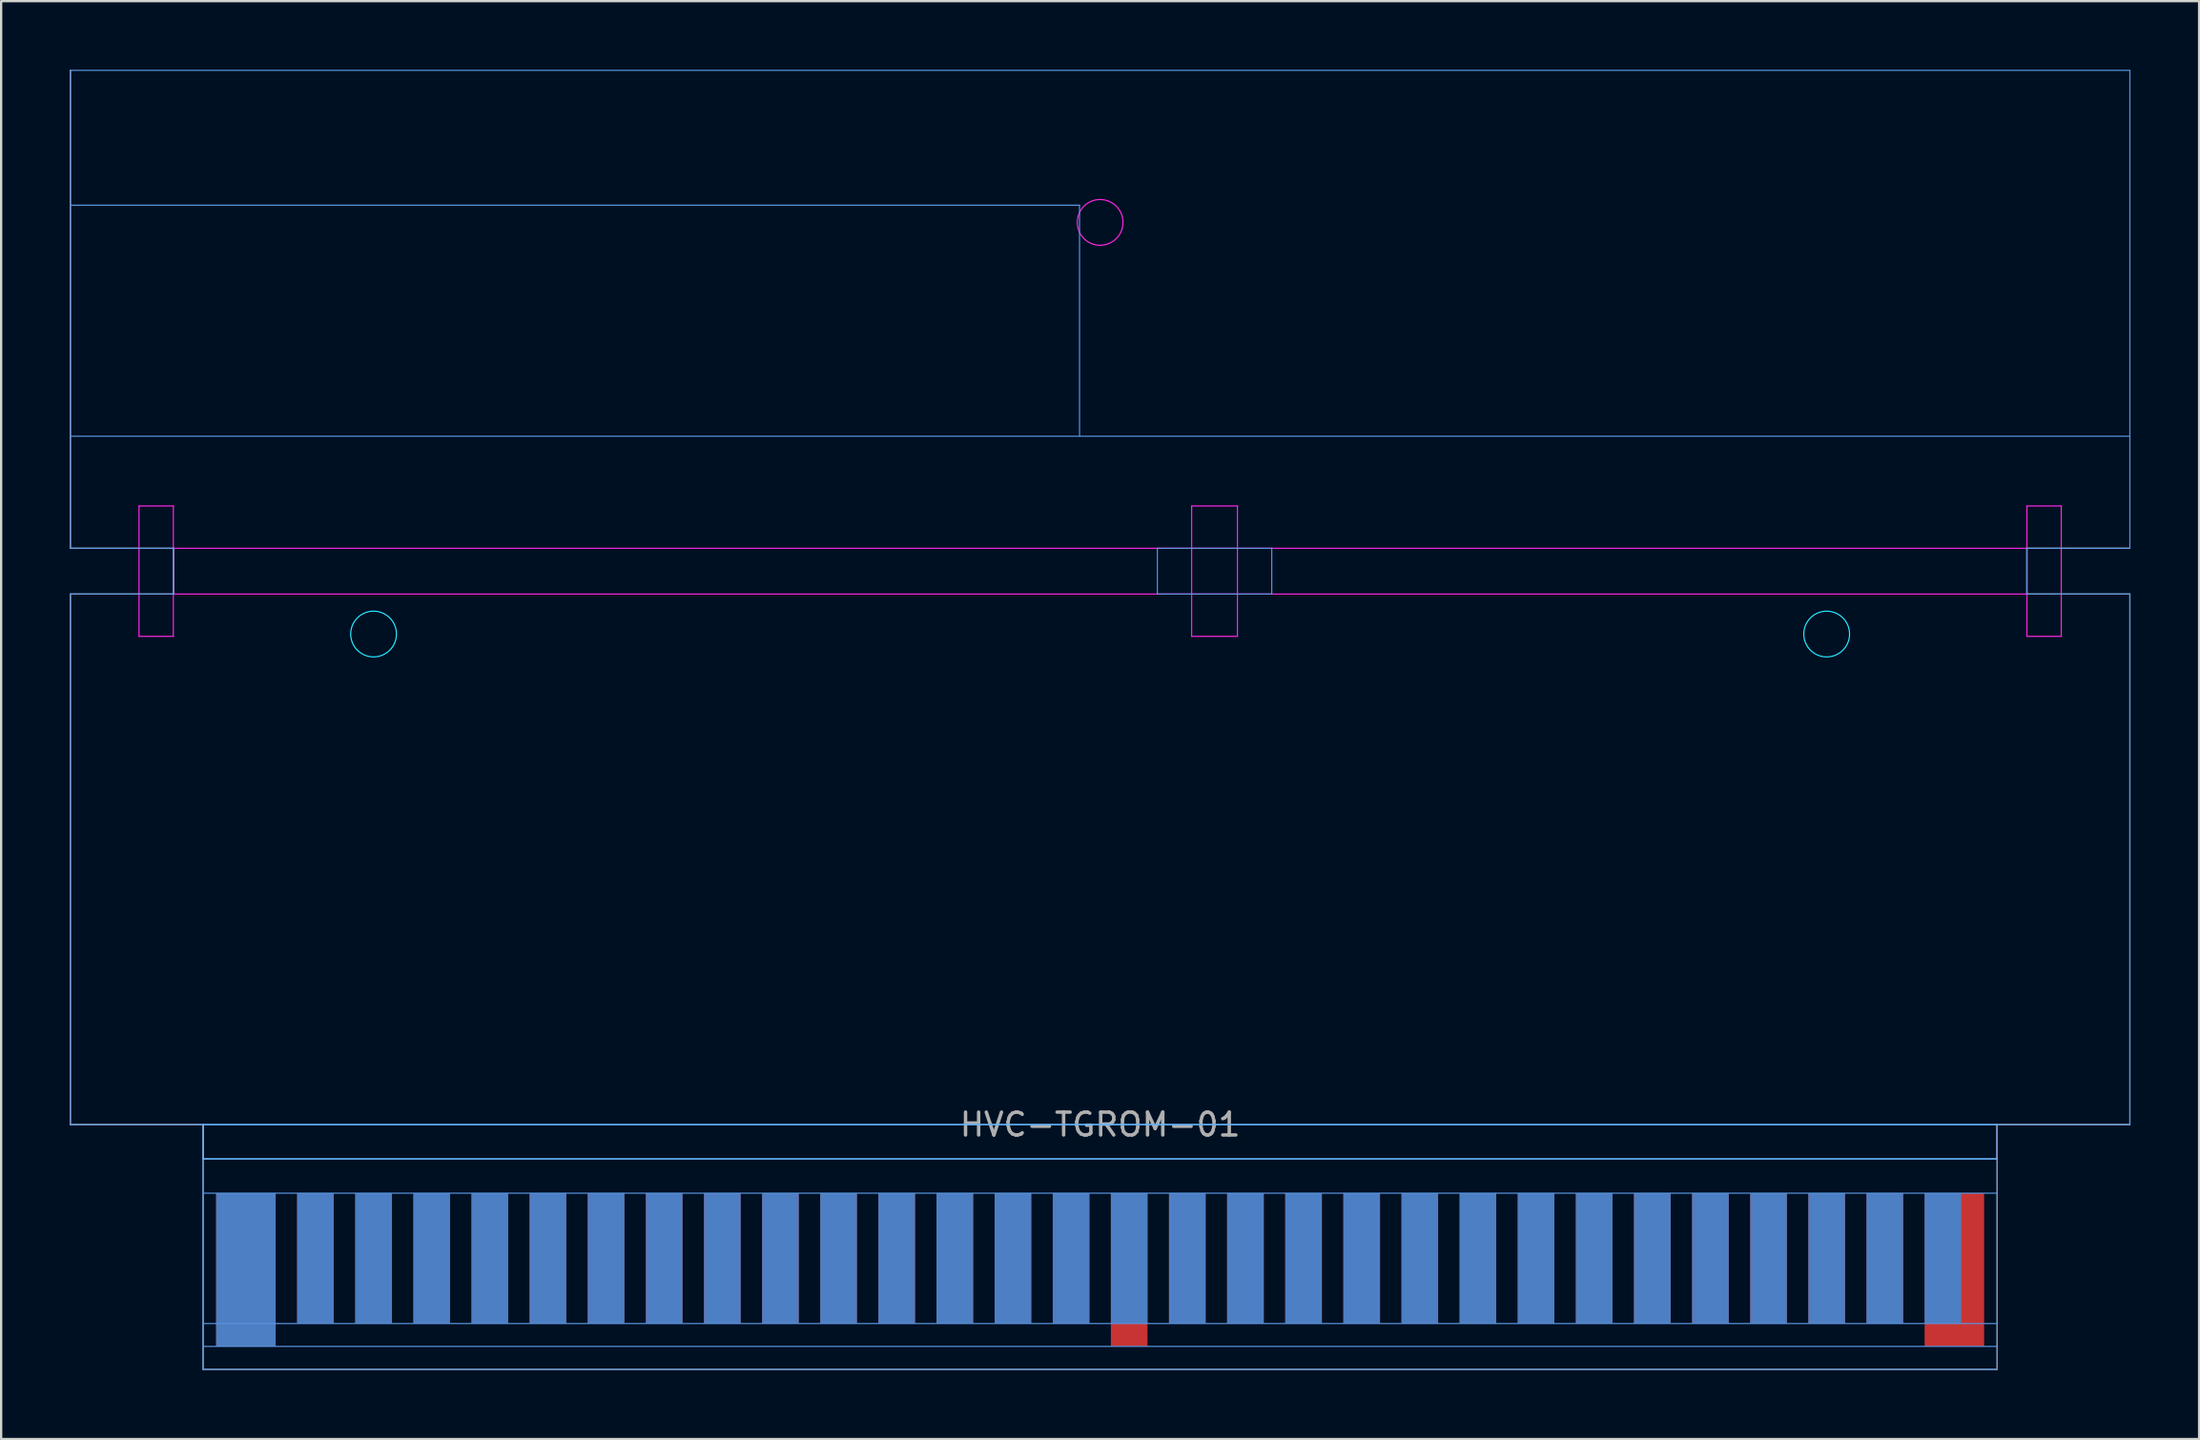
<source format=kicad_pcb>
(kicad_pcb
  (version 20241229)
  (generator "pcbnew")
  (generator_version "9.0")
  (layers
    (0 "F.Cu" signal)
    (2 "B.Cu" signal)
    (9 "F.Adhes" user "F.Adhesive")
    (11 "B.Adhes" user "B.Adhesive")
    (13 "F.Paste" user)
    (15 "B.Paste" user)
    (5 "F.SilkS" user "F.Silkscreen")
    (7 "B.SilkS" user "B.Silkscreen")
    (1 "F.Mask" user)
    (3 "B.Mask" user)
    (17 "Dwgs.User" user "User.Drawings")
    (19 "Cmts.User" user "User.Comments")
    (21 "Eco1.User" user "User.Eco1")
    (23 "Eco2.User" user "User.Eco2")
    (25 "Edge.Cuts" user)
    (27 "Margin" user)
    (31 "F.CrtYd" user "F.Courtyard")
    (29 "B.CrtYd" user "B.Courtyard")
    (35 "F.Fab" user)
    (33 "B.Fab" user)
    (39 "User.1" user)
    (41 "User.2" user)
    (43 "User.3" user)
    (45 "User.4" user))
  (footprint "HVC-TGROM-01"
    (layer "F.Cu")
    (at 45.025 46.125)
    (property "Reference" "HVC-TGROM-01" (at 0 0 0) (layer "F.Fab") (effects (font (size 1 1) (thickness 0.15))))
    (fp_poly (pts (xy 39.191 10.7) (xy -39.2 10.7) (xy -39.2 4) (xy 39.2 4)) (stroke (width 0.1) (type solid)) (fill yes) (layer "F.Mask"))
    (fp_poly (pts (xy 39.191 10.7) (xy -39.2 10.7) (xy -39.2 4) (xy 39.2 4)) (stroke (width 0.1) (type solid)) (fill yes) (layer "B.Mask"))
    (fp_line (start -45 -40.2) (end -0.9 -40.2) (stroke (width 0.05) (type solid)) (layer "Cmts.User"))
    (fp_line (start -45 -30.1) (end 45 -30.1) (stroke (width 0.05) (type solid)) (layer "Cmts.User"))
    (fp_line (start -45 -25.2) (end -45 -46.1) (stroke (width 0.05) (type solid)) (layer "Cmts.User"))
    (fp_line (start -45 -25.2) (end -40.5 -25.2) (stroke (width 0.05) (type solid)) (layer "Cmts.User"))
    (fp_line (start -45 -23.2) (end -40.5 -23.2) (stroke (width 0.05) (type solid)) (layer "Cmts.User"))
    (fp_line (start -45 0) (end -45 -23.2) (stroke (width 0.05) (type solid)) (layer "Cmts.User"))
    (fp_line (start -40.5 -23.2) (end -40.5 -25.2) (stroke (width 0.05) (type solid)) (layer "Cmts.User"))
    (fp_line (start -39.2 0) (end -45 0) (stroke (width 0.05) (type solid)) (layer "Cmts.User"))
    (fp_line (start -39.2 0) (end -39.2 10.7) (stroke (width 0.05) (type solid)) (layer "Cmts.User"))
    (fp_line (start -39.2 3) (end 39.2 3) (stroke (width 0.05) (type solid)) (layer "Cmts.User"))
    (fp_line (start -39.2 8.7) (end 39.2 8.7) (stroke (width 0.05) (type solid)) (layer "Cmts.User"))
    (fp_line (start -39.2 9.7) (end 39.2 9.7) (stroke (width 0.05) (type solid)) (layer "Cmts.User"))
    (fp_line (start -39.2 10.7) (end 39.2 10.7) (stroke (width 0.05) (type solid)) (layer "Cmts.User"))
    (fp_line (start -0.9 -40.2) (end -0.9 -30.1) (stroke (width 0.05) (type solid)) (layer "Cmts.User"))
    (fp_line (start 2.5 -23.2) (end 2.5 -25.2) (stroke (width 0.05) (type solid)) (layer "Cmts.User"))
    (fp_line (start 2.5 -23.2) (end 7.5 -23.2) (stroke (width 0.05) (type solid)) (layer "Cmts.User"))
    (fp_line (start 7.5 -25.2) (end 2.5 -25.2) (stroke (width 0.05) (type solid)) (layer "Cmts.User"))
    (fp_line (start 7.5 -23.2) (end 7.5 -25.2) (stroke (width 0.05) (type solid)) (layer "Cmts.User"))
    (fp_line (start 39.2 0) (end 39.2 10.7) (stroke (width 0.05) (type solid)) (layer "Cmts.User"))
    (fp_line (start 40.5 -25.2) (end 45 -25.2) (stroke (width 0.05) (type solid)) (layer "Cmts.User"))
    (fp_line (start 40.5 -23.2) (end 40.5 -25.2) (stroke (width 0.05) (type solid)) (layer "Cmts.User"))
    (fp_line (start 40.5 -23.2) (end 45 -23.2) (stroke (width 0.05) (type solid)) (layer "Cmts.User"))
    (fp_line (start 45 -46.1) (end -45 -46.1) (stroke (width 0.05) (type solid)) (layer "Cmts.User"))
    (fp_line (start 45 -25.2) (end 45 -46.1) (stroke (width 0.05) (type solid)) (layer "Cmts.User"))
    (fp_line (start 45 0) (end 39.2 0) (stroke (width 0.05) (type solid)) (layer "Cmts.User"))
    (fp_line (start 45 0) (end 45 -23.2) (stroke (width 0.05) (type solid)) (layer "Cmts.User"))
    (fp_line (start -45 -46.1) (end -45 -25.2) (stroke (width 0.05) (type solid)) (layer "Edge.Cuts"))
    (fp_line (start -45 -25.2) (end -40.5 -25.2) (stroke (width 0.05) (type solid)) (layer "Edge.Cuts"))
    (fp_line (start -45 -23.2) (end -45 0) (stroke (width 0.05) (type solid)) (layer "Edge.Cuts"))
    (fp_line (start -45 0) (end -39.2 0) (stroke (width 0.05) (type solid)) (layer "Edge.Cuts"))
    (fp_line (start -40.5 -25.2) (end -40.5 -23.2) (stroke (width 0.05) (type solid)) (layer "Edge.Cuts"))
    (fp_line (start -40.5 -23.2) (end -45 -23.2) (stroke (width 0.05) (type solid)) (layer "Edge.Cuts"))
    (fp_line (start -39.2 0) (end -39.2 10.7) (stroke (width 0.05) (type solid)) (layer "Edge.Cuts"))
    (fp_line (start -39.2 10.7) (end 39.2 10.7) (stroke (width 0.05) (type solid)) (layer "Edge.Cuts"))
    (fp_line (start 39.2 0) (end 45 0) (stroke (width 0.05) (type solid)) (layer "Edge.Cuts"))
    (fp_line (start 39.2 10.7) (end 39.2 0) (stroke (width 0.05) (type solid)) (layer "Edge.Cuts"))
    (fp_line (start 40.5 -25.2) (end 45 -25.2) (stroke (width 0.05) (type solid)) (layer "Edge.Cuts"))
    (fp_line (start 40.5 -23.2) (end 40.5 -25.2) (stroke (width 0.05) (type solid)) (layer "Edge.Cuts"))
    (fp_line (start 45 -23.2) (end 40.5 -23.2) (stroke (width 0.05) (type solid)) (layer "Edge.Cuts"))
    (fp_line (start 45 0) (end 45 -23.2) (stroke (width 0.05) (type solid)) (layer "Edge.Cuts"))
    (fp_line (start -39.2 0) (end 39.2 0) (stroke (width 0.05) (type solid)) (layer "B.CrtYd"))
    (fp_line (start -39.2 1.5) (end -39.2 0) (stroke (width 0.05) (type solid)) (layer "B.CrtYd"))
    (fp_line (start -39.2 1.5) (end 39.2 1.5) (stroke (width 0.05) (type solid)) (layer "B.CrtYd"))
    (fp_line (start 39.2 1.5) (end 39.2 0) (stroke (width 0.05) (type solid)) (layer "B.CrtYd"))
    (fp_circle (center -31.75 -21.45) (end -30.75 -21.45) (stroke (width 0.05) (type solid)) (fill no) (layer "B.CrtYd"))
    (fp_circle (center 31.75 -21.45) (end 32.75 -21.45) (stroke (width 0.05) (type solid)) (fill no) (layer "B.CrtYd"))
    (fp_line (start -42 -27.05) (end -42 -21.35) (stroke (width 0.05) (type solid)) (layer "F.CrtYd"))
    (fp_line (start -42 -21.35) (end -40.5 -21.35) (stroke (width 0.05) (type solid)) (layer "F.CrtYd"))
    (fp_line (start -40.5 -27.05) (end -42 -27.05) (stroke (width 0.05) (type solid)) (layer "F.CrtYd"))
    (fp_line (start -40.5 -27.05) (end -40.5 -21.35) (stroke (width 0.05) (type solid)) (layer "F.CrtYd"))
    (fp_line (start -40.5 -25.2) (end 40.5 -25.2) (stroke (width 0.05) (type solid)) (layer "F.CrtYd"))
    (fp_line (start -40.5 -23.2) (end -40.5 -25.2) (stroke (width 0.05) (type solid)) (layer "F.CrtYd"))
    (fp_line (start -39.2 0) (end -39.2 1.5) (stroke (width 0.05) (type solid)) (layer "F.CrtYd"))
    (fp_line (start -39.2 0) (end 39.2 0) (stroke (width 0.05) (type solid)) (layer "F.CrtYd"))
    (fp_line (start -39.2 1.5) (end 39.2 1.5) (stroke (width 0.05) (type solid)) (layer "F.CrtYd"))
    (fp_line (start 4 -27.05) (end 4 -21.35) (stroke (width 0.05) (type solid)) (layer "F.CrtYd"))
    (fp_line (start 4 -21.35) (end 6 -21.35) (stroke (width 0.05) (type solid)) (layer "F.CrtYd"))
    (fp_line (start 6 -27.05) (end 4 -27.05) (stroke (width 0.05) (type solid)) (layer "F.CrtYd"))
    (fp_line (start 6 -27.05) (end 6 -21.35) (stroke (width 0.05) (type solid)) (layer "F.CrtYd"))
    (fp_line (start 39.2 0) (end 39.2 1.5) (stroke (width 0.05) (type solid)) (layer "F.CrtYd"))
    (fp_line (start 40.5 -27.05) (end 40.5 -21.35) (stroke (width 0.05) (type solid)) (layer "F.CrtYd"))
    (fp_line (start 40.5 -27.05) (end 42 -27.05) (stroke (width 0.05) (type solid)) (layer "F.CrtYd"))
    (fp_line (start 40.5 -25.2) (end 40.5 -23.2) (stroke (width 0.05) (type solid)) (layer "F.CrtYd"))
    (fp_line (start 40.5 -23.2) (end -40.5 -23.2) (stroke (width 0.05) (type solid)) (layer "F.CrtYd"))
    (fp_line (start 42 -27.05) (end 42 -21.35) (stroke (width 0.05) (type solid)) (layer "F.CrtYd"))
    (fp_line (start 42 -21.35) (end 40.5 -21.35) (stroke (width 0.05) (type solid)) (layer "F.CrtYd"))
    (fp_circle (center 0 -39.45) (end 1 -39.45) (stroke (width 0.05) (type solid)) (fill no) (layer "F.CrtYd"))
    (pad "1" connect rect (at -37.33 6.35) (size 2.6 6.7) (layers "F.Cu"))
    (pad "2" connect rect (at -34.29 5.85) (size 1.6 5.7) (layers "F.Cu"))
    (pad "3" connect rect (at -31.75 5.85) (size 1.6 5.7) (layers "F.Cu"))
    (pad "4" connect rect (at -29.21 5.85) (size 1.6 5.7) (layers "F.Cu"))
    (pad "5" connect rect (at -26.67 5.85) (size 1.6 5.7) (layers "F.Cu"))
    (pad "6" connect rect (at -24.13 5.85) (size 1.6 5.7) (layers "F.Cu"))
    (pad "7" connect rect (at -21.59 5.85) (size 1.6 5.7) (layers "F.Cu"))
    (pad "8" connect rect (at -19.05 5.85) (size 1.6 5.7) (layers "F.Cu"))
    (pad "9" connect rect (at -16.51 5.85) (size 1.6 5.7) (layers "F.Cu"))
    (pad "10" connect rect (at -13.97 5.85) (size 1.6 5.7) (layers "F.Cu"))
    (pad "11" connect rect (at -11.43 5.85) (size 1.6 5.7) (layers "F.Cu"))
    (pad "12" connect rect (at -8.89 5.85) (size 1.6 5.7) (layers "F.Cu"))
    (pad "13" connect rect (at -6.35 5.85) (size 1.6 5.7) (layers "F.Cu"))
    (pad "14" connect rect (at -3.81 5.85) (size 1.6 5.7) (layers "F.Cu"))
    (pad "15" connect rect (at -1.27 5.85) (size 1.6 5.7) (layers "F.Cu"))
    (pad "16" connect rect (at 1.27 6.35) (size 1.6 6.7) (layers "F.Cu"))
    (pad "17" connect rect (at 3.81 5.85) (size 1.6 5.7) (layers "F.Cu"))
    (pad "18" connect rect (at 6.35 5.85) (size 1.6 5.7) (layers "F.Cu"))
    (pad "19" connect rect (at 8.89 5.85) (size 1.6 5.7) (layers "F.Cu"))
    (pad "20" connect rect (at 11.43 5.85) (size 1.6 5.7) (layers "F.Cu"))
    (pad "21" connect rect (at 13.97 5.85) (size 1.6 5.7) (layers "F.Cu"))
    (pad "22" connect rect (at 16.51 5.85) (size 1.6 5.7) (layers "F.Cu"))
    (pad "23" connect rect (at 19.05 5.85) (size 1.6 5.7) (layers "F.Cu"))
    (pad "24" connect rect (at 21.59 5.85) (size 1.6 5.7) (layers "F.Cu"))
    (pad "25" connect rect (at 24.13 5.85) (size 1.6 5.7) (layers "F.Cu"))
    (pad "26" connect rect (at 26.67 5.85) (size 1.6 5.7) (layers "F.Cu"))
    (pad "27" connect rect (at 29.21 5.85) (size 1.6 5.7) (layers "F.Cu"))
    (pad "28" connect rect (at 31.75 5.85) (size 1.6 5.7) (layers "F.Cu"))
    (pad "29" connect rect (at 34.29 5.85) (size 1.6 5.7) (layers "F.Cu"))
    (pad "30" connect rect (at 37.33 6.35) (size 2.6 6.7) (layers "F.Cu"))
    (pad "31" connect rect (at -37.33 6.35) (size 2.6 6.7) (layers "B.Cu"))
    (pad "32" connect rect (at -34.29 5.85) (size 1.6 5.7) (layers "B.Cu"))
    (pad "33" connect rect (at -31.75 5.85) (size 1.6 5.7) (layers "B.Cu"))
    (pad "34" connect rect (at -29.21 5.85) (size 1.6 5.7) (layers "B.Cu"))
    (pad "35" connect rect (at -26.67 5.85) (size 1.6 5.7) (layers "B.Cu"))
    (pad "36" connect rect (at -24.13 5.85) (size 1.6 5.7) (layers "B.Cu"))
    (pad "37" connect rect (at -21.59 5.85) (size 1.6 5.7) (layers "B.Cu"))
    (pad "38" connect rect (at -19.05 5.85) (size 1.6 5.7) (layers "B.Cu"))
    (pad "39" connect rect (at -16.51 5.85) (size 1.6 5.7) (layers "B.Cu"))
    (pad "40" connect rect (at -13.97 5.85) (size 1.6 5.7) (layers "B.Cu"))
    (pad "41" connect rect (at -11.43 5.85) (size 1.6 5.7) (layers "B.Cu"))
    (pad "42" connect rect (at -8.89 5.85) (size 1.6 5.7) (layers "B.Cu"))
    (pad "43" connect rect (at -6.35 5.85) (size 1.6 5.7) (layers "B.Cu"))
    (pad "44" connect rect (at -3.81 5.85) (size 1.6 5.7) (layers "B.Cu"))
    (pad "45" connect rect (at -1.27 5.85) (size 1.6 5.7) (layers "B.Cu"))
    (pad "46" connect rect (at 1.27 5.85) (size 1.6 5.7) (layers "B.Cu"))
    (pad "47" connect rect (at 3.81 5.85) (size 1.6 5.7) (layers "B.Cu"))
    (pad "48" connect rect (at 6.35 5.85) (size 1.6 5.7) (layers "B.Cu"))
    (pad "49" connect rect (at 8.89 5.85) (size 1.6 5.7) (layers "B.Cu"))
    (pad "50" connect rect (at 11.43 5.85) (size 1.6 5.7) (layers "B.Cu"))
    (pad "51" connect rect (at 13.97 5.85) (size 1.6 5.7) (layers "B.Cu"))
    (pad "52" connect rect (at 16.51 5.85) (size 1.6 5.7) (layers "B.Cu"))
    (pad "53" connect rect (at 19.05 5.85) (size 1.6 5.7) (layers "B.Cu"))
    (pad "54" connect rect (at 21.59 5.85) (size 1.6 5.7) (layers "B.Cu"))
    (pad "55" connect rect (at 24.13 5.85) (size 1.6 5.7) (layers "B.Cu"))
    (pad "56" connect rect (at 26.67 5.85) (size 1.6 5.7) (layers "B.Cu"))
    (pad "57" connect rect (at 29.21 5.85) (size 1.6 5.7) (layers "B.Cu"))
    (pad "58" connect rect (at 31.75 5.85) (size 1.6 5.7) (layers "B.Cu"))
    (pad "59" connect rect (at 34.29 5.85) (size 1.6 5.7) (layers "B.Cu"))
    (pad "60" connect rect (at 36.83 5.85) (size 1.6 5.7) (layers "B.Cu")))
  (gr_rect
    (start -3 -3)
    (end 93.05 59.875)
    (stroke (width 0.1) (type default))
    (fill no)
    (layer "Edge.Cuts")))
</source>
